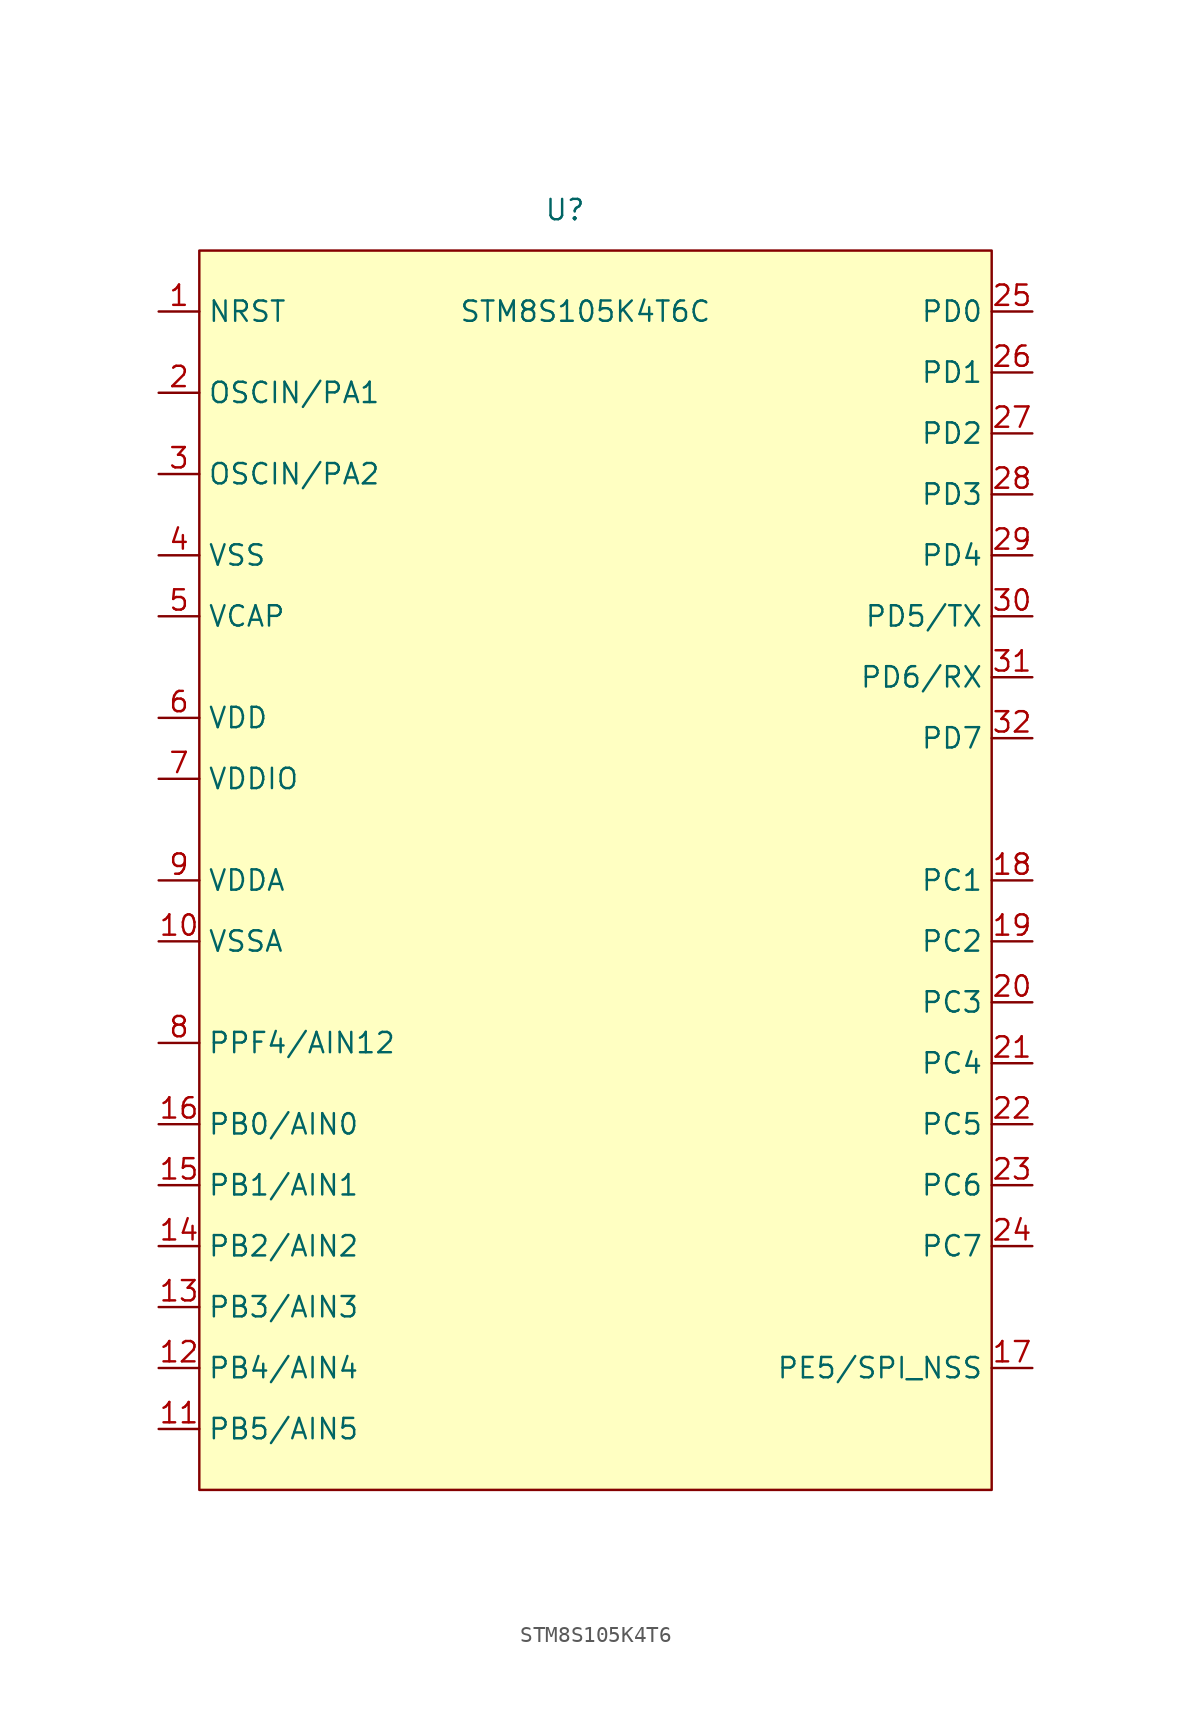
<source format=kicad_sym>
(kicad_symbol_lib
  (version 20220914)
  (generator kicad_symbol_editor)
  (symbol "STM8S105K4T6"
    (property "Reference" "U"
      (at -1.27 40.64 0)
      (effects (font (size 1.27 1.27))))
    (property "Value" "STM8S105K4T6C"
      (at 0 34.29 0)
      (effects (font (size 1.27 1.27))))
    (symbol "STM8S105K4T6_1_1"
      (rectangle (start -24.13 38.1) (end 25.4 -39.37) (stroke (width 0) (type default)) (fill (type background)))
      (pin input line (at -26.67 34.29 0) (length 2.54) (name "NRST" (effects (font (size 1.27 1.27)))) (number "1" (effects (font (size 1.27 1.27)))))
      (pin power_in line (at -26.67 -5.08 0) (length 2.54) (name "VSSA" (effects (font (size 1.27 1.27)))) (number "10" (effects (font (size 1.27 1.27)))))
      (pin input line (at -26.67 -35.56 0) (length 2.54) (name "PB5/AIN5" (effects (font (size 1.27 1.27)))) (number "11" (effects (font (size 1.27 1.27)))))
      (pin input line (at -26.67 -31.75 0) (length 2.54) (name "PB4/AIN4" (effects (font (size 1.27 1.27)))) (number "12" (effects (font (size 1.27 1.27)))))
      (pin input line (at -26.67 -27.94 0) (length 2.54) (name "PB3/AIN3" (effects (font (size 1.27 1.27)))) (number "13" (effects (font (size 1.27 1.27)))))
      (pin input line (at -26.67 -24.13 0) (length 2.54) (name "PB2/AIN2" (effects (font (size 1.27 1.27)))) (number "14" (effects (font (size 1.27 1.27)))))
      (pin input line (at -26.67 -20.32 0) (length 2.54) (name "PB1/AIN1" (effects (font (size 1.27 1.27)))) (number "15" (effects (font (size 1.27 1.27)))))
      (pin input line (at -26.67 -16.51 0) (length 2.54) (name "PB0/AIN0" (effects (font (size 1.27 1.27)))) (number "16" (effects (font (size 1.27 1.27)))))
      (pin input line (at 27.94 -31.75 180) (length 2.54) (name "PE5/SPI_NSS" (effects (font (size 1.27 1.27)))) (number "17" (effects (font (size 1.27 1.27)))))
      (pin input line (at 27.94 -1.27 180) (length 2.54) (name "PC1" (effects (font (size 1.27 1.27)))) (number "18" (effects (font (size 1.27 1.27)))))
      (pin input line (at 27.94 -5.08 180) (length 2.54) (name "PC2" (effects (font (size 1.27 1.27)))) (number "19" (effects (font (size 1.27 1.27)))))
      (pin input line (at -26.67 29.21 0) (length 2.54) (name "OSCIN/PA1" (effects (font (size 1.27 1.27)))) (number "2" (effects (font (size 1.27 1.27)))))
      (pin input line (at 27.94 -8.89 180) (length 2.54) (name "PC3" (effects (font (size 1.27 1.27)))) (number "20" (effects (font (size 1.27 1.27)))))
      (pin input line (at 27.94 -12.7 180) (length 2.54) (name "PC4" (effects (font (size 1.27 1.27)))) (number "21" (effects (font (size 1.27 1.27)))))
      (pin input line (at 27.94 -16.51 180) (length 2.54) (name "PC5" (effects (font (size 1.27 1.27)))) (number "22" (effects (font (size 1.27 1.27)))))
      (pin input line (at 27.94 -20.32 180) (length 2.54) (name "PC6" (effects (font (size 1.27 1.27)))) (number "23" (effects (font (size 1.27 1.27)))))
      (pin input line (at 27.94 -24.13 180) (length 2.54) (name "PC7" (effects (font (size 1.27 1.27)))) (number "24" (effects (font (size 1.27 1.27)))))
      (pin input line (at 27.94 34.29 180) (length 2.54) (name "PD0" (effects (font (size 1.27 1.27)))) (number "25" (effects (font (size 1.27 1.27)))))
      (pin input line (at 27.94 30.48 180) (length 2.54) (name "PD1" (effects (font (size 1.27 1.27)))) (number "26" (effects (font (size 1.27 1.27)))))
      (pin input line (at 27.94 26.67 180) (length 2.54) (name "PD2" (effects (font (size 1.27 1.27)))) (number "27" (effects (font (size 1.27 1.27)))))
      (pin input line (at 27.94 22.86 180) (length 2.54) (name "PD3" (effects (font (size 1.27 1.27)))) (number "28" (effects (font (size 1.27 1.27)))))
      (pin input line (at 27.94 19.05 180) (length 2.54) (name "PD4" (effects (font (size 1.27 1.27)))) (number "29" (effects (font (size 1.27 1.27)))))
      (pin input line (at -26.67 24.13 0) (length 2.54) (name "OSCIN/PA2" (effects (font (size 1.27 1.27)))) (number "3" (effects (font (size 1.27 1.27)))))
      (pin input line (at 27.94 15.24 180) (length 2.54) (name "PD5/TX" (effects (font (size 1.27 1.27)))) (number "30" (effects (font (size 1.27 1.27)))))
      (pin input line (at 27.94 11.43 180) (length 2.54) (name "PD6/RX" (effects (font (size 1.27 1.27)))) (number "31" (effects (font (size 1.27 1.27)))))
      (pin input line (at 27.94 7.62 180) (length 2.54) (name "PD7" (effects (font (size 1.27 1.27)))) (number "32" (effects (font (size 1.27 1.27)))))
      (pin power_in line (at -26.67 19.05 0) (length 2.54) (name "VSS" (effects (font (size 1.27 1.27)))) (number "4" (effects (font (size 1.27 1.27)))))
      (pin power_in line (at -26.67 15.24 0) (length 2.54) (name "VCAP" (effects (font (size 1.27 1.27)))) (number "5" (effects (font (size 1.27 1.27)))))
      (pin power_in line (at -26.67 8.89 0) (length 2.54) (name "VDD" (effects (font (size 1.27 1.27)))) (number "6" (effects (font (size 1.27 1.27)))))
      (pin power_in line (at -26.67 5.08 0) (length 2.54) (name "VDDIO" (effects (font (size 1.27 1.27)))) (number "7" (effects (font (size 1.27 1.27)))))
      (pin input line (at -26.67 -11.43 0) (length 2.54) (name "PPF4/AIN12" (effects (font (size 1.27 1.27)))) (number "8" (effects (font (size 1.27 1.27)))))
      (pin power_in line (at -26.67 -1.27 0) (length 2.54) (name "VDDA" (effects (font (size 1.27 1.27)))) (number "9" (effects (font (size 1.27 1.27))))))))
</source>
